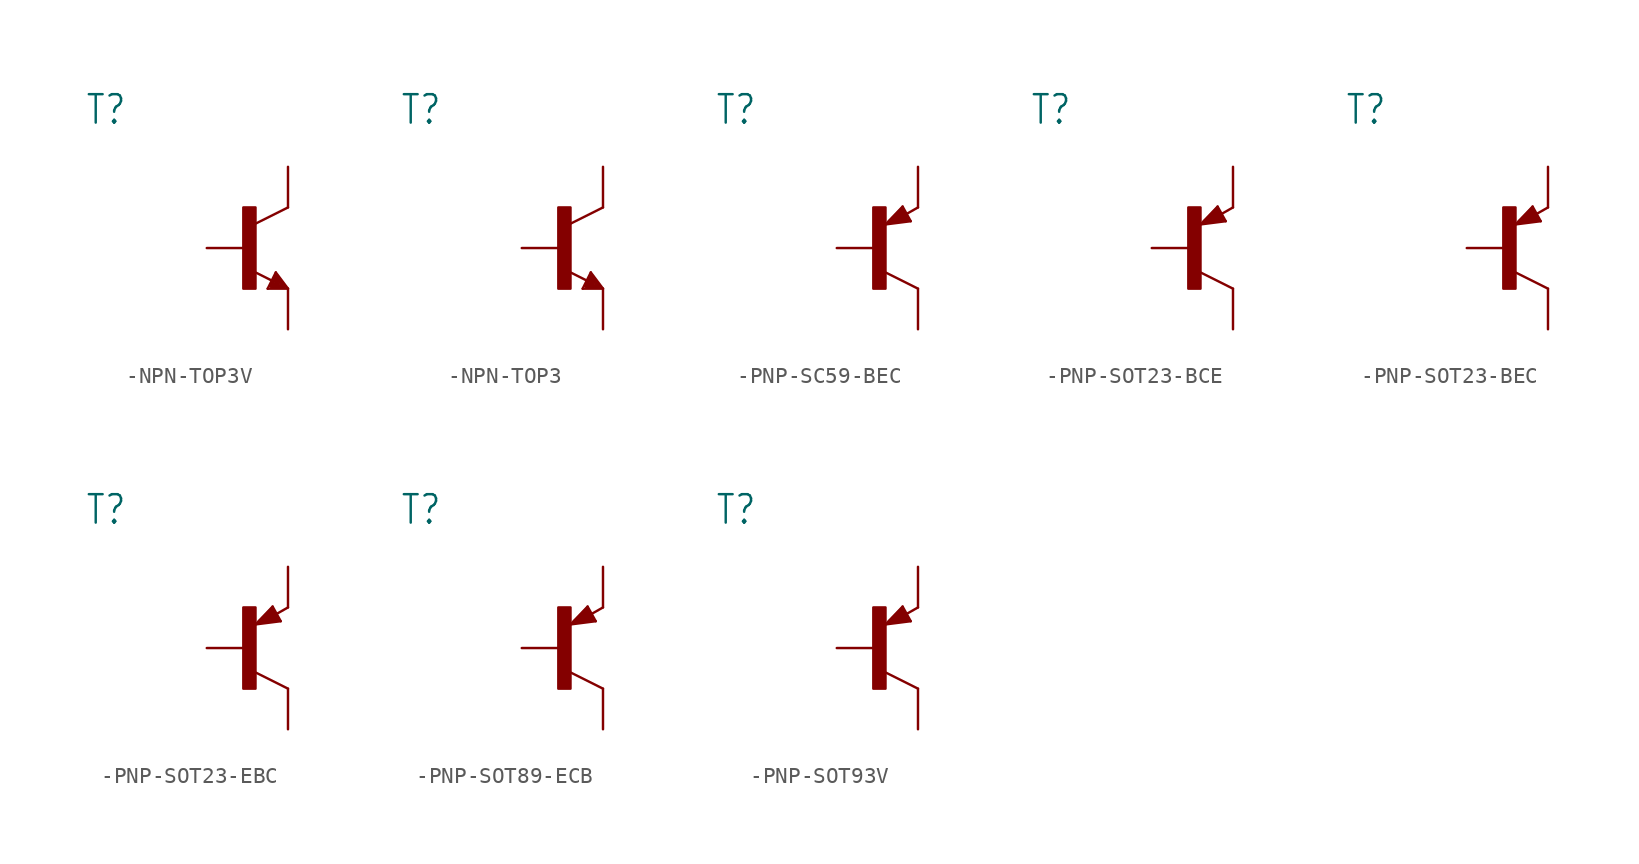
<source format=kicad_sym>
(kicad_symbol_lib
  (version 20231120)
  (generator "kicad_symbol_editor")
  (generator_version "8.0")
  (symbol "-NPN-TOP3V"
    (property "Reference" "T"
      (at -10.16 7.62 0)
      (effects (font (size 1.778 1.511)) (justify left bottom)))
    (property "Value" ""
      (at -10.16 5.08 0)
      (effects (font (size 1.778 1.511)) (justify left bottom)))
    (property "ki_locked" ""
      (at 0 0 0)
      (effects (font (size 1.27 1.27))))
    (symbol "-NPN-TOP3V_1_0"
      (rectangle (start -0.254 -2.54) (end 0.508 2.54) (stroke (width 0) (type default)) (fill (type outline)))
      (polyline (pts (xy 1.27 -2.54) (xy 1.778 -1.524)) (stroke (width 0.152) (type solid)) (fill (type none)))
      (polyline (pts (xy 1.524 -2.413) (xy 2.286 -2.413)) (stroke (width 0.254) (type solid)) (fill (type none)))
      (polyline (pts (xy 1.524 -2.286) (xy 1.905 -2.286)) (stroke (width 0.254) (type solid)) (fill (type none)))
      (polyline (pts (xy 1.54 -2.04) (xy 0.308 -1.424)) (stroke (width 0.152) (type solid)) (fill (type none)))
      (polyline (pts (xy 1.778 -1.778) (xy 1.524 -2.286)) (stroke (width 0.254) (type solid)) (fill (type none)))
      (polyline (pts (xy 1.778 -1.524) (xy 2.54 -2.54)) (stroke (width 0.152) (type solid)) (fill (type none)))
      (polyline (pts (xy 1.905 -2.286) (xy 1.778 -2.032)) (stroke (width 0.254) (type solid)) (fill (type none)))
      (polyline (pts (xy 2.286 -2.413) (xy 1.778 -1.778)) (stroke (width 0.254) (type solid)) (fill (type none)))
      (polyline (pts (xy 2.54 -2.54) (xy 1.27 -2.54)) (stroke (width 0.152) (type solid)) (fill (type none)))
      (polyline (pts (xy 2.54 2.54) (xy 0.508 1.524)) (stroke (width 0.152) (type solid)) (fill (type none)))
      (pin passive line (at -2.54 0 0) (length 2.54) (name "B" (effects (font (size 0 0)))) (number "B" (effects (font (size 0 0)))))
      (pin passive line (at 2.54 5.08 270) (length 2.54) (name "C" (effects (font (size 0 0)))) (number "C" (effects (font (size 0 0)))))
      (pin passive line (at 2.54 -5.08 90) (length 2.54) (name "E" (effects (font (size 0 0)))) (number "E" (effects (font (size 0 0)))))))
  (symbol "-NPN-TOP3"
    (property "Reference" "T"
      (at -10.16 7.62 0)
      (effects (font (size 1.778 1.511)) (justify left bottom)))
    (property "Value" ""
      (at -10.16 5.08 0)
      (effects (font (size 1.778 1.511)) (justify left bottom)))
    (property "ki_locked" ""
      (at 0 0 0)
      (effects (font (size 1.27 1.27))))
    (symbol "-NPN-TOP3_1_0"
      (rectangle (start -0.254 -2.54) (end 0.508 2.54) (stroke (width 0) (type default)) (fill (type outline)))
      (polyline (pts (xy 1.27 -2.54) (xy 1.778 -1.524)) (stroke (width 0.152) (type solid)) (fill (type none)))
      (polyline (pts (xy 1.524 -2.413) (xy 2.286 -2.413)) (stroke (width 0.254) (type solid)) (fill (type none)))
      (polyline (pts (xy 1.524 -2.286) (xy 1.905 -2.286)) (stroke (width 0.254) (type solid)) (fill (type none)))
      (polyline (pts (xy 1.54 -2.04) (xy 0.308 -1.424)) (stroke (width 0.152) (type solid)) (fill (type none)))
      (polyline (pts (xy 1.778 -1.778) (xy 1.524 -2.286)) (stroke (width 0.254) (type solid)) (fill (type none)))
      (polyline (pts (xy 1.778 -1.524) (xy 2.54 -2.54)) (stroke (width 0.152) (type solid)) (fill (type none)))
      (polyline (pts (xy 1.905 -2.286) (xy 1.778 -2.032)) (stroke (width 0.254) (type solid)) (fill (type none)))
      (polyline (pts (xy 2.286 -2.413) (xy 1.778 -1.778)) (stroke (width 0.254) (type solid)) (fill (type none)))
      (polyline (pts (xy 2.54 -2.54) (xy 1.27 -2.54)) (stroke (width 0.152) (type solid)) (fill (type none)))
      (polyline (pts (xy 2.54 2.54) (xy 0.508 1.524)) (stroke (width 0.152) (type solid)) (fill (type none)))
      (pin passive line (at -2.54 0 0) (length 2.54) (name "B" (effects (font (size 0 0)))) (number "1" (effects (font (size 0 0)))))
      (pin passive line (at 2.54 5.08 270) (length 2.54) (name "C" (effects (font (size 0 0)))) (number "2" (effects (font (size 0 0)))))
      (pin passive line (at 2.54 -5.08 90) (length 2.54) (name "E" (effects (font (size 0 0)))) (number "3" (effects (font (size 0 0)))))))
  (symbol "-PNP-SC59-BEC"
    (property "Reference" "T"
      (at -10.16 7.62 0)
      (effects (font (size 1.778 1.511)) (justify left bottom)))
    (property "Value" ""
      (at -10.16 5.08 0)
      (effects (font (size 1.778 1.511)) (justify left bottom)))
    (property "ki_locked" ""
      (at 0 0 0)
      (effects (font (size 1.27 1.27))))
    (symbol "-PNP-SC59-BEC_1_0"
      (rectangle (start -0.254 -2.54) (end 0.508 2.54) (stroke (width 0) (type default)) (fill (type outline)))
      (polyline (pts (xy 0.516 1.478) (xy 2.086 1.678)) (stroke (width 0.152) (type solid)) (fill (type none)))
      (polyline (pts (xy 0.762 1.651) (xy 1.778 1.778)) (stroke (width 0.254) (type solid)) (fill (type none)))
      (polyline (pts (xy 1.143 1.905) (xy 1.524 1.905)) (stroke (width 0.254) (type solid)) (fill (type none)))
      (polyline (pts (xy 1.524 2.159) (xy 1.143 1.905)) (stroke (width 0.254) (type solid)) (fill (type none)))
      (polyline (pts (xy 1.524 2.413) (xy 0.762 1.651)) (stroke (width 0.254) (type solid)) (fill (type none)))
      (polyline (pts (xy 1.578 2.594) (xy 0.516 1.478)) (stroke (width 0.152) (type solid)) (fill (type none)))
      (polyline (pts (xy 1.778 1.778) (xy 1.524 2.159)) (stroke (width 0.254) (type solid)) (fill (type none)))
      (polyline (pts (xy 1.905 1.778) (xy 1.524 2.413)) (stroke (width 0.254) (type solid)) (fill (type none)))
      (polyline (pts (xy 2.086 1.678) (xy 1.578 2.594)) (stroke (width 0.152) (type solid)) (fill (type none)))
      (polyline (pts (xy 2.54 -2.54) (xy 0.508 -1.524)) (stroke (width 0.152) (type solid)) (fill (type none)))
      (polyline (pts (xy 2.54 2.54) (xy 1.808 2.124)) (stroke (width 0.152) (type solid)) (fill (type none)))
      (pin passive line (at -2.54 0 0) (length 2.54) (name "B" (effects (font (size 0 0)))) (number "B" (effects (font (size 0 0)))))
      (pin passive line (at 2.54 -5.08 90) (length 2.54) (name "C" (effects (font (size 0 0)))) (number "C" (effects (font (size 0 0)))))
      (pin passive line (at 2.54 5.08 270) (length 2.54) (name "E" (effects (font (size 0 0)))) (number "E" (effects (font (size 0 0)))))))
  (symbol "-PNP-SOT23-BCE"
    (property "Reference" "T"
      (at -10.16 7.62 0)
      (effects (font (size 1.778 1.511)) (justify left bottom)))
    (property "Value" ""
      (at -10.16 5.08 0)
      (effects (font (size 1.778 1.511)) (justify left bottom)))
    (property "ki_locked" ""
      (at 0 0 0)
      (effects (font (size 1.27 1.27))))
    (symbol "-PNP-SOT23-BCE_1_0"
      (rectangle (start -0.254 -2.54) (end 0.508 2.54) (stroke (width 0) (type default)) (fill (type outline)))
      (polyline (pts (xy 0.516 1.478) (xy 2.086 1.678)) (stroke (width 0.152) (type solid)) (fill (type none)))
      (polyline (pts (xy 0.762 1.651) (xy 1.778 1.778)) (stroke (width 0.254) (type solid)) (fill (type none)))
      (polyline (pts (xy 1.143 1.905) (xy 1.524 1.905)) (stroke (width 0.254) (type solid)) (fill (type none)))
      (polyline (pts (xy 1.524 2.159) (xy 1.143 1.905)) (stroke (width 0.254) (type solid)) (fill (type none)))
      (polyline (pts (xy 1.524 2.413) (xy 0.762 1.651)) (stroke (width 0.254) (type solid)) (fill (type none)))
      (polyline (pts (xy 1.578 2.594) (xy 0.516 1.478)) (stroke (width 0.152) (type solid)) (fill (type none)))
      (polyline (pts (xy 1.778 1.778) (xy 1.524 2.159)) (stroke (width 0.254) (type solid)) (fill (type none)))
      (polyline (pts (xy 1.905 1.778) (xy 1.524 2.413)) (stroke (width 0.254) (type solid)) (fill (type none)))
      (polyline (pts (xy 2.086 1.678) (xy 1.578 2.594)) (stroke (width 0.152) (type solid)) (fill (type none)))
      (polyline (pts (xy 2.54 -2.54) (xy 0.508 -1.524)) (stroke (width 0.152) (type solid)) (fill (type none)))
      (polyline (pts (xy 2.54 2.54) (xy 1.808 2.124)) (stroke (width 0.152) (type solid)) (fill (type none)))
      (pin passive line (at -2.54 0 0) (length 2.54) (name "B" (effects (font (size 0 0)))) (number "B" (effects (font (size 0 0)))))
      (pin passive line (at 2.54 -5.08 90) (length 2.54) (name "C" (effects (font (size 0 0)))) (number "C" (effects (font (size 0 0)))))
      (pin passive line (at 2.54 5.08 270) (length 2.54) (name "E" (effects (font (size 0 0)))) (number "E" (effects (font (size 0 0)))))))
  (symbol "-PNP-SOT23-BEC"
    (property "Reference" "T"
      (at -10.16 7.62 0)
      (effects (font (size 1.778 1.511)) (justify left bottom)))
    (property "Value" ""
      (at -10.16 5.08 0)
      (effects (font (size 1.778 1.511)) (justify left bottom)))
    (property "ki_locked" ""
      (at 0 0 0)
      (effects (font (size 1.27 1.27))))
    (symbol "-PNP-SOT23-BEC_1_0"
      (rectangle (start -0.254 -2.54) (end 0.508 2.54) (stroke (width 0) (type default)) (fill (type outline)))
      (polyline (pts (xy 0.516 1.478) (xy 2.086 1.678)) (stroke (width 0.152) (type solid)) (fill (type none)))
      (polyline (pts (xy 0.762 1.651) (xy 1.778 1.778)) (stroke (width 0.254) (type solid)) (fill (type none)))
      (polyline (pts (xy 1.143 1.905) (xy 1.524 1.905)) (stroke (width 0.254) (type solid)) (fill (type none)))
      (polyline (pts (xy 1.524 2.159) (xy 1.143 1.905)) (stroke (width 0.254) (type solid)) (fill (type none)))
      (polyline (pts (xy 1.524 2.413) (xy 0.762 1.651)) (stroke (width 0.254) (type solid)) (fill (type none)))
      (polyline (pts (xy 1.578 2.594) (xy 0.516 1.478)) (stroke (width 0.152) (type solid)) (fill (type none)))
      (polyline (pts (xy 1.778 1.778) (xy 1.524 2.159)) (stroke (width 0.254) (type solid)) (fill (type none)))
      (polyline (pts (xy 1.905 1.778) (xy 1.524 2.413)) (stroke (width 0.254) (type solid)) (fill (type none)))
      (polyline (pts (xy 2.086 1.678) (xy 1.578 2.594)) (stroke (width 0.152) (type solid)) (fill (type none)))
      (polyline (pts (xy 2.54 -2.54) (xy 0.508 -1.524)) (stroke (width 0.152) (type solid)) (fill (type none)))
      (polyline (pts (xy 2.54 2.54) (xy 1.808 2.124)) (stroke (width 0.152) (type solid)) (fill (type none)))
      (pin passive line (at -2.54 0 0) (length 2.54) (name "B" (effects (font (size 0 0)))) (number "B" (effects (font (size 0 0)))))
      (pin passive line (at 2.54 -5.08 90) (length 2.54) (name "C" (effects (font (size 0 0)))) (number "C" (effects (font (size 0 0)))))
      (pin passive line (at 2.54 5.08 270) (length 2.54) (name "E" (effects (font (size 0 0)))) (number "E" (effects (font (size 0 0)))))))
  (symbol "-PNP-SOT23-EBC"
    (property "Reference" "T"
      (at -10.16 7.62 0)
      (effects (font (size 1.778 1.511)) (justify left bottom)))
    (property "Value" ""
      (at -10.16 5.08 0)
      (effects (font (size 1.778 1.511)) (justify left bottom)))
    (property "ki_locked" ""
      (at 0 0 0)
      (effects (font (size 1.27 1.27))))
    (symbol "-PNP-SOT23-EBC_1_0"
      (rectangle (start -0.254 -2.54) (end 0.508 2.54) (stroke (width 0) (type default)) (fill (type outline)))
      (polyline (pts (xy 0.516 1.478) (xy 2.086 1.678)) (stroke (width 0.152) (type solid)) (fill (type none)))
      (polyline (pts (xy 0.762 1.651) (xy 1.778 1.778)) (stroke (width 0.254) (type solid)) (fill (type none)))
      (polyline (pts (xy 1.143 1.905) (xy 1.524 1.905)) (stroke (width 0.254) (type solid)) (fill (type none)))
      (polyline (pts (xy 1.524 2.159) (xy 1.143 1.905)) (stroke (width 0.254) (type solid)) (fill (type none)))
      (polyline (pts (xy 1.524 2.413) (xy 0.762 1.651)) (stroke (width 0.254) (type solid)) (fill (type none)))
      (polyline (pts (xy 1.578 2.594) (xy 0.516 1.478)) (stroke (width 0.152) (type solid)) (fill (type none)))
      (polyline (pts (xy 1.778 1.778) (xy 1.524 2.159)) (stroke (width 0.254) (type solid)) (fill (type none)))
      (polyline (pts (xy 1.905 1.778) (xy 1.524 2.413)) (stroke (width 0.254) (type solid)) (fill (type none)))
      (polyline (pts (xy 2.086 1.678) (xy 1.578 2.594)) (stroke (width 0.152) (type solid)) (fill (type none)))
      (polyline (pts (xy 2.54 -2.54) (xy 0.508 -1.524)) (stroke (width 0.152) (type solid)) (fill (type none)))
      (polyline (pts (xy 2.54 2.54) (xy 1.808 2.124)) (stroke (width 0.152) (type solid)) (fill (type none)))
      (pin passive line (at -2.54 0 0) (length 2.54) (name "B" (effects (font (size 0 0)))) (number "B" (effects (font (size 0 0)))))
      (pin passive line (at 2.54 -5.08 90) (length 2.54) (name "C" (effects (font (size 0 0)))) (number "C" (effects (font (size 0 0)))))
      (pin passive line (at 2.54 5.08 270) (length 2.54) (name "E" (effects (font (size 0 0)))) (number "E" (effects (font (size 0 0)))))))
  (symbol "-PNP-SOT89-ECB"
    (property "Reference" "T"
      (at -10.16 7.62 0)
      (effects (font (size 1.778 1.511)) (justify left bottom)))
    (property "Value" ""
      (at -10.16 5.08 0)
      (effects (font (size 1.778 1.511)) (justify left bottom)))
    (property "ki_locked" ""
      (at 0 0 0)
      (effects (font (size 1.27 1.27))))
    (symbol "-PNP-SOT89-ECB_1_0"
      (rectangle (start -0.254 -2.54) (end 0.508 2.54) (stroke (width 0) (type default)) (fill (type outline)))
      (polyline (pts (xy 0.516 1.478) (xy 2.086 1.678)) (stroke (width 0.152) (type solid)) (fill (type none)))
      (polyline (pts (xy 0.762 1.651) (xy 1.778 1.778)) (stroke (width 0.254) (type solid)) (fill (type none)))
      (polyline (pts (xy 1.143 1.905) (xy 1.524 1.905)) (stroke (width 0.254) (type solid)) (fill (type none)))
      (polyline (pts (xy 1.524 2.159) (xy 1.143 1.905)) (stroke (width 0.254) (type solid)) (fill (type none)))
      (polyline (pts (xy 1.524 2.413) (xy 0.762 1.651)) (stroke (width 0.254) (type solid)) (fill (type none)))
      (polyline (pts (xy 1.578 2.594) (xy 0.516 1.478)) (stroke (width 0.152) (type solid)) (fill (type none)))
      (polyline (pts (xy 1.778 1.778) (xy 1.524 2.159)) (stroke (width 0.254) (type solid)) (fill (type none)))
      (polyline (pts (xy 1.905 1.778) (xy 1.524 2.413)) (stroke (width 0.254) (type solid)) (fill (type none)))
      (polyline (pts (xy 2.086 1.678) (xy 1.578 2.594)) (stroke (width 0.152) (type solid)) (fill (type none)))
      (polyline (pts (xy 2.54 -2.54) (xy 0.508 -1.524)) (stroke (width 0.152) (type solid)) (fill (type none)))
      (polyline (pts (xy 2.54 2.54) (xy 1.808 2.124)) (stroke (width 0.152) (type solid)) (fill (type none)))
      (pin passive line (at -2.54 0 0) (length 2.54) (name "B" (effects (font (size 0 0)))) (number "B" (effects (font (size 0 0)))))
      (pin passive line (at 2.54 -5.08 90) (length 2.54) (name "C" (effects (font (size 0 0)))) (number "C" (effects (font (size 0 0)))))
      (pin passive line (at 2.54 5.08 270) (length 2.54) (name "E" (effects (font (size 0 0)))) (number "E" (effects (font (size 0 0)))))))
  (symbol "-PNP-SOT93V"
    (property "Reference" "T"
      (at -10.16 7.62 0)
      (effects (font (size 1.778 1.511)) (justify left bottom)))
    (property "Value" ""
      (at -10.16 5.08 0)
      (effects (font (size 1.778 1.511)) (justify left bottom)))
    (property "ki_locked" ""
      (at 0 0 0)
      (effects (font (size 1.27 1.27))))
    (symbol "-PNP-SOT93V_1_0"
      (rectangle (start -0.254 -2.54) (end 0.508 2.54) (stroke (width 0) (type default)) (fill (type outline)))
      (polyline (pts (xy 0.516 1.478) (xy 2.086 1.678)) (stroke (width 0.152) (type solid)) (fill (type none)))
      (polyline (pts (xy 0.762 1.651) (xy 1.778 1.778)) (stroke (width 0.254) (type solid)) (fill (type none)))
      (polyline (pts (xy 1.143 1.905) (xy 1.524 1.905)) (stroke (width 0.254) (type solid)) (fill (type none)))
      (polyline (pts (xy 1.524 2.159) (xy 1.143 1.905)) (stroke (width 0.254) (type solid)) (fill (type none)))
      (polyline (pts (xy 1.524 2.413) (xy 0.762 1.651)) (stroke (width 0.254) (type solid)) (fill (type none)))
      (polyline (pts (xy 1.578 2.594) (xy 0.516 1.478)) (stroke (width 0.152) (type solid)) (fill (type none)))
      (polyline (pts (xy 1.778 1.778) (xy 1.524 2.159)) (stroke (width 0.254) (type solid)) (fill (type none)))
      (polyline (pts (xy 1.905 1.778) (xy 1.524 2.413)) (stroke (width 0.254) (type solid)) (fill (type none)))
      (polyline (pts (xy 2.086 1.678) (xy 1.578 2.594)) (stroke (width 0.152) (type solid)) (fill (type none)))
      (polyline (pts (xy 2.54 -2.54) (xy 0.508 -1.524)) (stroke (width 0.152) (type solid)) (fill (type none)))
      (polyline (pts (xy 2.54 2.54) (xy 1.808 2.124)) (stroke (width 0.152) (type solid)) (fill (type none)))
      (pin passive line (at -2.54 0 0) (length 2.54) (name "B" (effects (font (size 0 0)))) (number "B" (effects (font (size 0 0)))))
      (pin passive line (at 2.54 -5.08 90) (length 2.54) (name "C" (effects (font (size 0 0)))) (number "C" (effects (font (size 0 0)))))
      (pin passive line (at 2.54 5.08 270) (length 2.54) (name "E" (effects (font (size 0 0)))) (number "E" (effects (font (size 0 0))))))))
</source>
